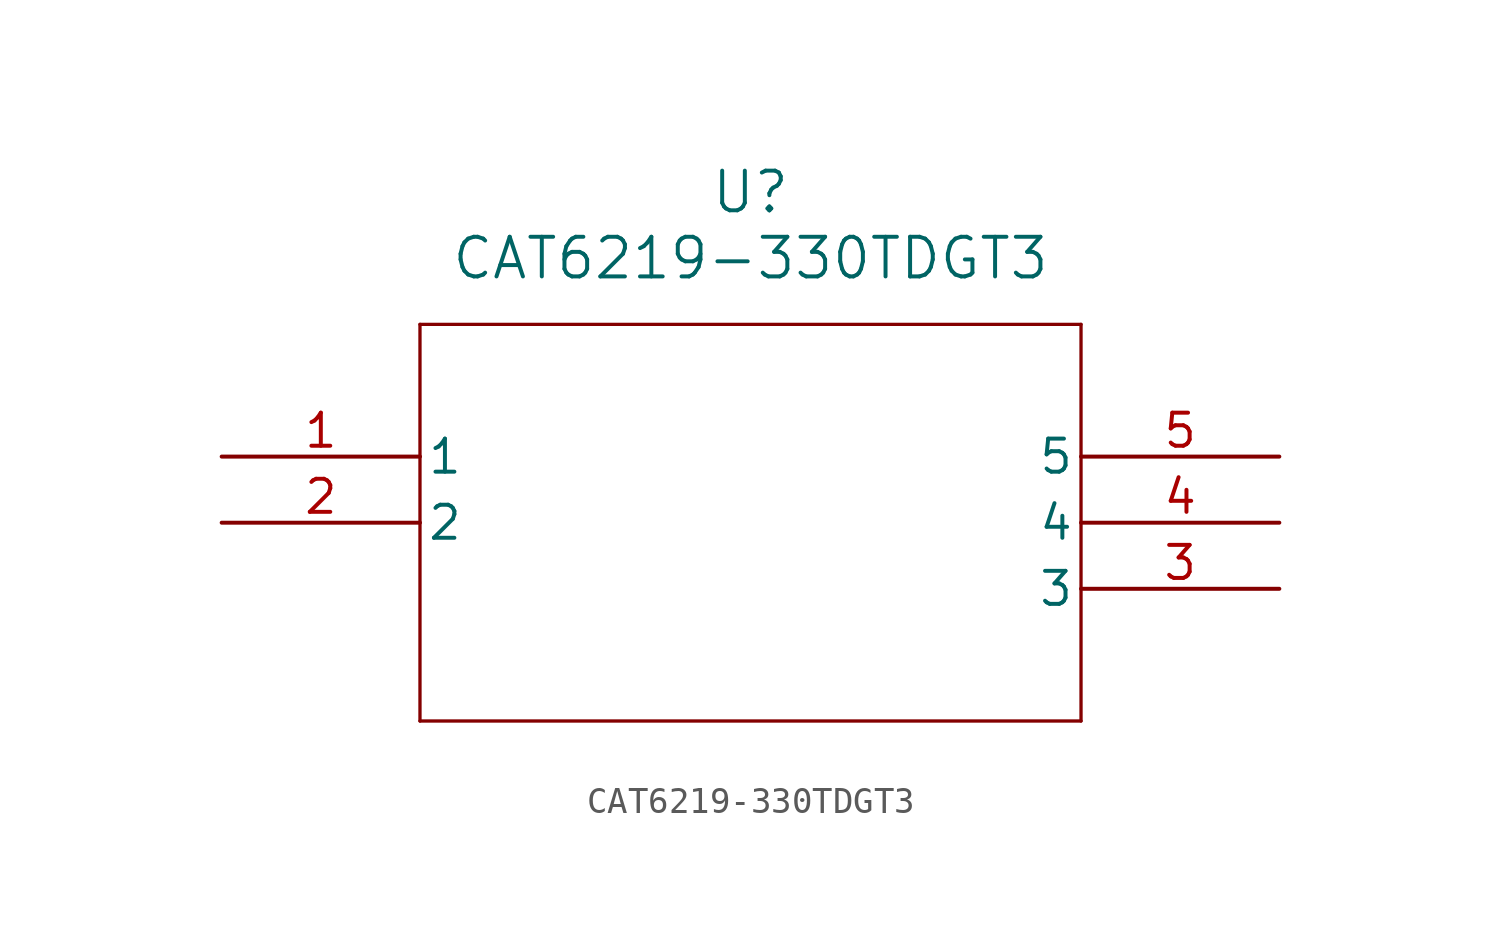
<source format=kicad_sym>
(kicad_symbol_lib
  (version 20211014)
  (generator kicad_symbol_editor)
  (symbol "CAT6219-330TDGT3"
    (pin_names
      (offset 0.254))
    (property "Reference" "U"
      (at 20.32 10.16 0)
      (effects (font (size 1.524 1.524))))
    (property "Value" "CAT6219-330TDGT3"
      (at 20.32 7.62 0)
      (effects (font (size 1.524 1.524))))
    (symbol "CAT6219-330TDGT3_0_1"
      (polyline (pts (xy 7.62 5.08) (xy 7.62 -10.16)) (stroke (width 0.127) (type default) (color 0 0 0 0)) (fill (type none)))
      (polyline (pts (xy 7.62 -10.16) (xy 33.02 -10.16)) (stroke (width 0.127) (type default) (color 0 0 0 0)) (fill (type none)))
      (polyline (pts (xy 33.02 -10.16) (xy 33.02 5.08)) (stroke (width 0.127) (type default) (color 0 0 0 0)) (fill (type none)))
      (polyline (pts (xy 33.02 5.08) (xy 7.62 5.08)) (stroke (width 0.127) (type default) (color 0 0 0 0)) (fill (type none)))
      (pin unspecified line (at 0 0 0) (length 7.62) (name "1" (effects (font (size 1.27 1.27)))) (number "1" (effects (font (size 1.27 1.27)))))
      (pin unspecified line (at 0 -2.54 0) (length 7.62) (name "2" (effects (font (size 1.27 1.27)))) (number "2" (effects (font (size 1.27 1.27)))))
      (pin unspecified line (at 40.64 -5.08 180) (length 7.62) (name "3" (effects (font (size 1.27 1.27)))) (number "3" (effects (font (size 1.27 1.27)))))
      (pin unspecified line (at 40.64 -2.54 180) (length 7.62) (name "4" (effects (font (size 1.27 1.27)))) (number "4" (effects (font (size 1.27 1.27)))))
      (pin unspecified line (at 40.64 0 180) (length 7.62) (name "5" (effects (font (size 1.27 1.27)))) (number "5" (effects (font (size 1.27 1.27))))))))
</source>
